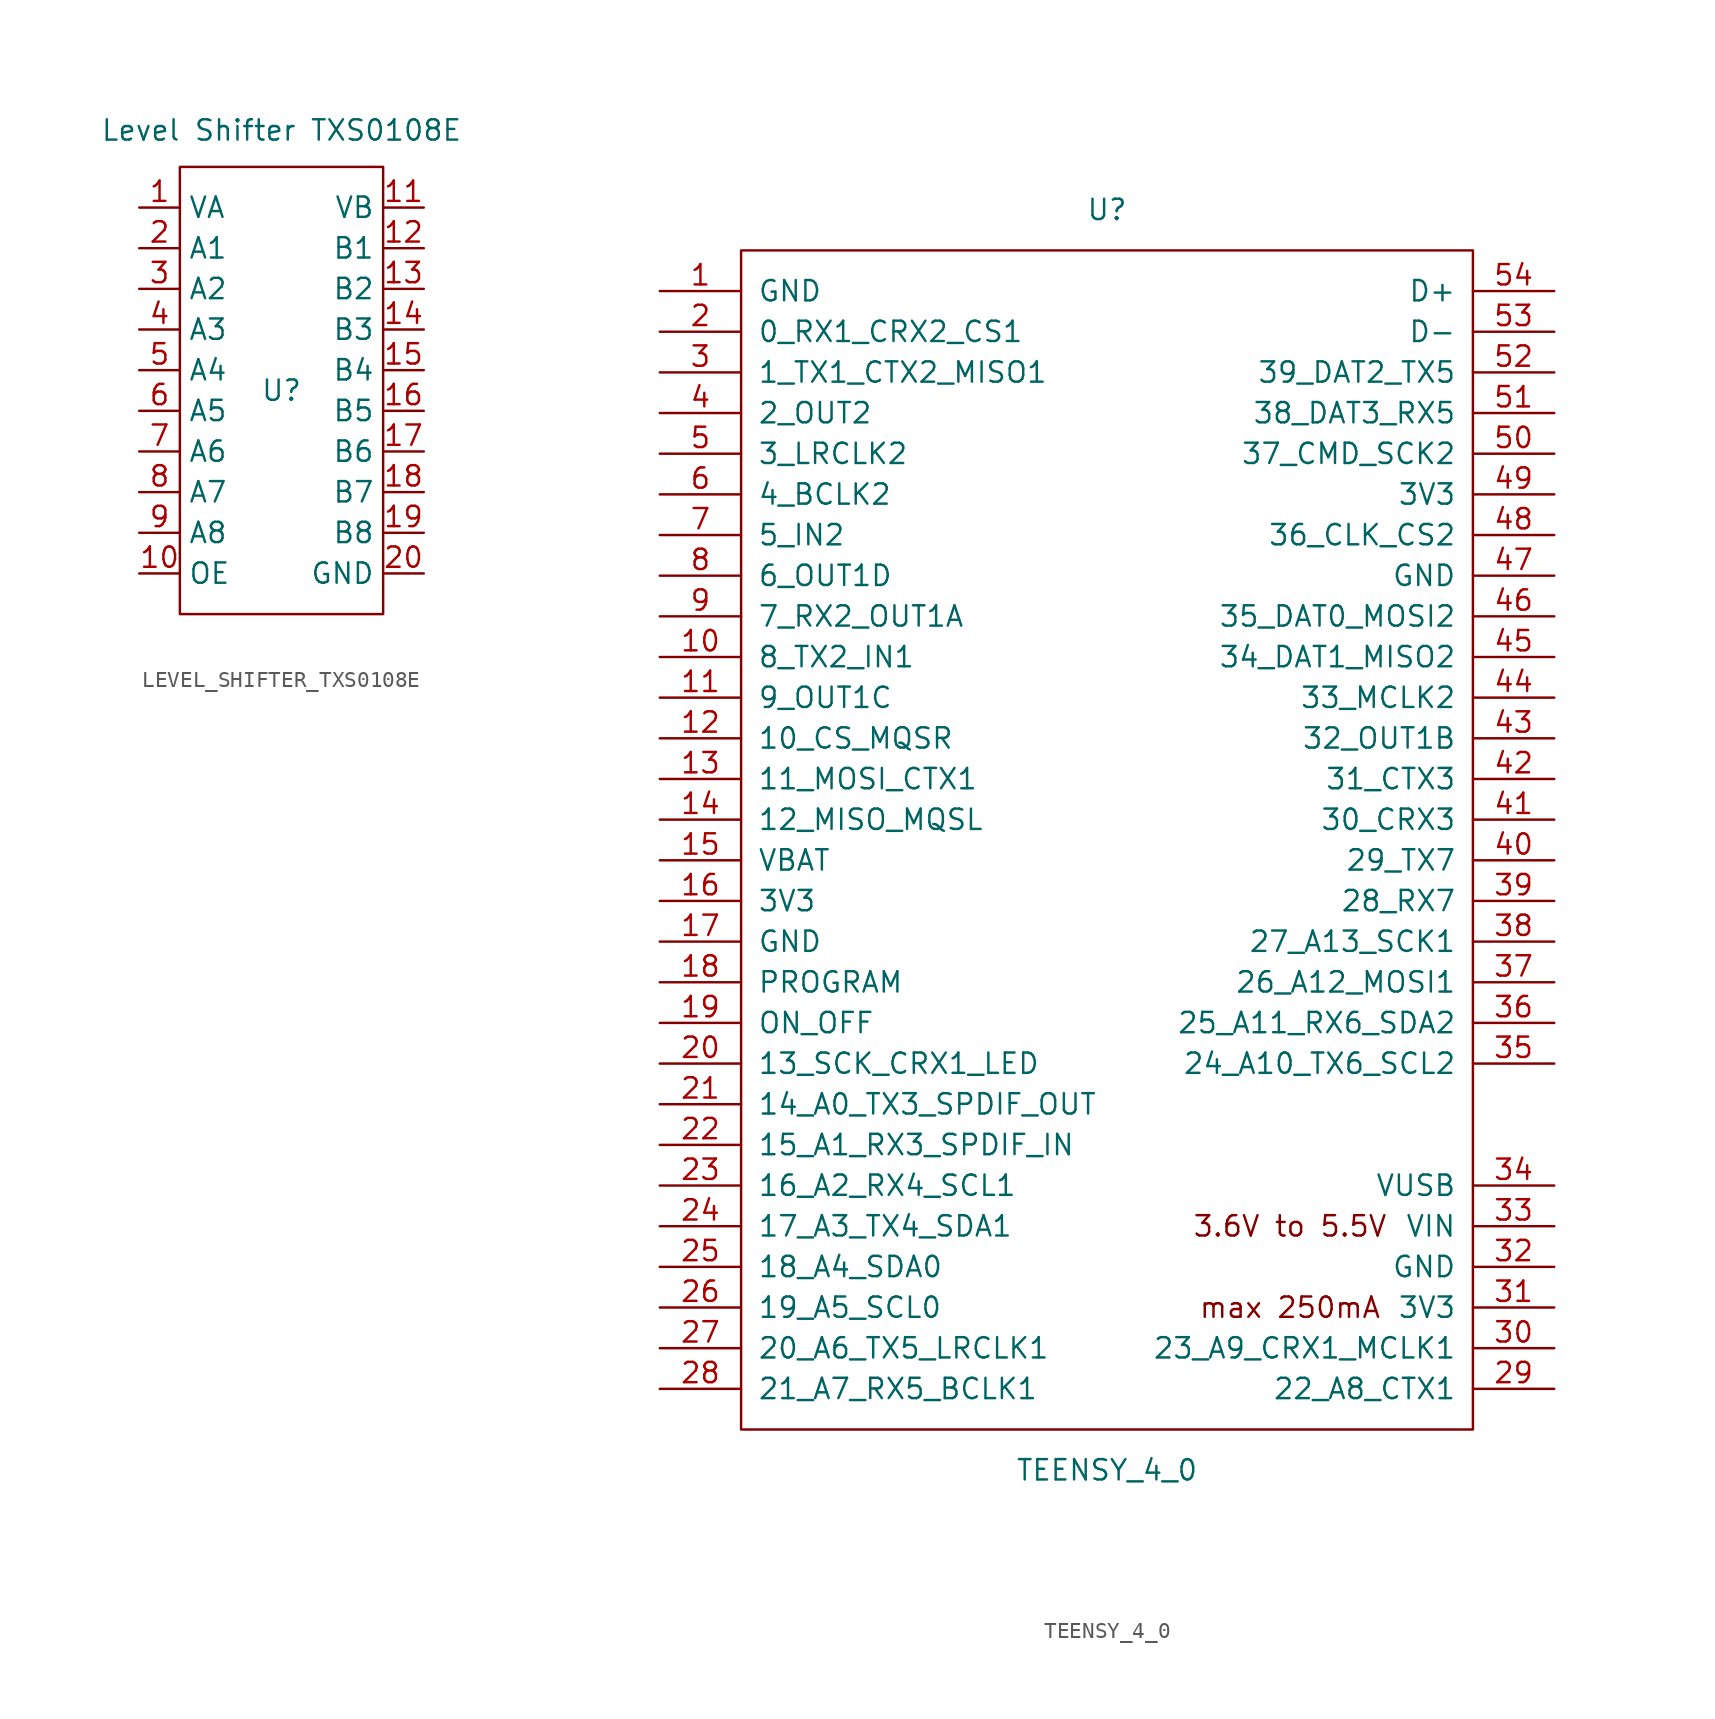
<source format=kicad_sym>
(kicad_symbol_lib
  (version 20241209)
  (generator "kicad_symbol_editor")
  (generator_version "9.0")
  (symbol "LEVEL_SHIFTER_TXS0108E"
    (property "Reference" "U"
      (at 0 0 0)
      (effects (font (size 1.27 1.27))))
    (property "Value" "Level Shifter TXS0108E"
      (at 0 16.256 0)
      (effects (font (size 1.27 1.27))))
    (symbol "LEVEL_SHIFTER_TXS0108E_0_1"
      (rectangle (start -6.35 13.97) (end 6.35 -13.97) (stroke (width 0) (type default)) (fill (type none))))
    (symbol "LEVEL_SHIFTER_TXS0108E_1_1"
      (pin power_in line (at -8.89 11.43 0) (length 2.54) (name "VA" (effects (font (size 1.27 1.27)))) (number "1" (effects (font (size 1.27 1.27)))))
      (pin bidirectional line (at -8.89 8.89 0) (length 2.54) (name "A1" (effects (font (size 1.27 1.27)))) (number "2" (effects (font (size 1.27 1.27)))))
      (pin bidirectional line (at -8.89 6.35 0) (length 2.54) (name "A2" (effects (font (size 1.27 1.27)))) (number "3" (effects (font (size 1.27 1.27)))))
      (pin bidirectional line (at -8.89 3.81 0) (length 2.54) (name "A3" (effects (font (size 1.27 1.27)))) (number "4" (effects (font (size 1.27 1.27)))))
      (pin bidirectional line (at -8.89 1.27 0) (length 2.54) (name "A4" (effects (font (size 1.27 1.27)))) (number "5" (effects (font (size 1.27 1.27)))))
      (pin bidirectional line (at -8.89 -1.27 0) (length 2.54) (name "A5" (effects (font (size 1.27 1.27)))) (number "6" (effects (font (size 1.27 1.27)))))
      (pin bidirectional line (at -8.89 -3.81 0) (length 2.54) (name "A6" (effects (font (size 1.27 1.27)))) (number "7" (effects (font (size 1.27 1.27)))))
      (pin bidirectional line (at -8.89 -6.35 0) (length 2.54) (name "A7" (effects (font (size 1.27 1.27)))) (number "8" (effects (font (size 1.27 1.27)))))
      (pin bidirectional line (at -8.89 -8.89 0) (length 2.54) (name "A8" (effects (font (size 1.27 1.27)))) (number "9" (effects (font (size 1.27 1.27)))))
      (pin input line (at -8.89 -11.43 0) (length 2.54) (name "OE" (effects (font (size 1.27 1.27)))) (number "10" (effects (font (size 1.27 1.27)))))
      (pin power_in line (at 8.89 11.43 180) (length 2.54) (name "VB" (effects (font (size 1.27 1.27)))) (number "11" (effects (font (size 1.27 1.27)))))
      (pin bidirectional line (at 8.89 8.89 180) (length 2.54) (name "B1" (effects (font (size 1.27 1.27)))) (number "12" (effects (font (size 1.27 1.27)))))
      (pin bidirectional line (at 8.89 6.35 180) (length 2.54) (name "B2" (effects (font (size 1.27 1.27)))) (number "13" (effects (font (size 1.27 1.27)))))
      (pin bidirectional line (at 8.89 3.81 180) (length 2.54) (name "B3" (effects (font (size 1.27 1.27)))) (number "14" (effects (font (size 1.27 1.27)))))
      (pin bidirectional line (at 8.89 1.27 180) (length 2.54) (name "B4" (effects (font (size 1.27 1.27)))) (number "15" (effects (font (size 1.27 1.27)))))
      (pin bidirectional line (at 8.89 -1.27 180) (length 2.54) (name "B5" (effects (font (size 1.27 1.27)))) (number "16" (effects (font (size 1.27 1.27)))))
      (pin bidirectional line (at 8.89 -3.81 180) (length 2.54) (name "B6" (effects (font (size 1.27 1.27)))) (number "17" (effects (font (size 1.27 1.27)))))
      (pin bidirectional line (at 8.89 -6.35 180) (length 2.54) (name "B7" (effects (font (size 1.27 1.27)))) (number "18" (effects (font (size 1.27 1.27)))))
      (pin bidirectional line (at 8.89 -8.89 180) (length 2.54) (name "B8" (effects (font (size 1.27 1.27)))) (number "19" (effects (font (size 1.27 1.27)))))
      (pin power_in line (at 8.89 -11.43 180) (length 2.54) (name "GND" (effects (font (size 1.27 1.27)))) (number "20" (effects (font (size 1.27 1.27)))))))
  (symbol "TEENSY_4_0"
    (pin_names
      (offset 1.016))
    (property "Reference" "U"
      (at 0 39.37 0)
      (effects (font (size 1.27 1.27))))
    (property "Value" "TEENSY_4_0"
      (at 0 -39.37 0)
      (effects (font (size 1.27 1.27))))
    (symbol "TEENSY_4_0_0_0"
      (text "3.6V to 5.5V" (at 11.43 -24.13 0) (effects (font (size 1.27 1.27))))
      (text "max 250mA" (at 11.43 -29.21 0) (effects (font (size 1.27 1.27))))
      (pin bidirectional line (at -27.94 24.13 0) (length 5.08) (name "3_LRCLK2" (effects (font (size 1.27 1.27)))) (number "5" (effects (font (size 1.27 1.27)))))
      (pin bidirectional line (at -27.94 21.59 0) (length 5.08) (name "4_BCLK2" (effects (font (size 1.27 1.27)))) (number "6" (effects (font (size 1.27 1.27)))))
      (pin bidirectional line (at -27.94 19.05 0) (length 5.08) (name "5_IN2" (effects (font (size 1.27 1.27)))) (number "7" (effects (font (size 1.27 1.27)))))
      (pin bidirectional line (at -27.94 16.51 0) (length 5.08) (name "6_OUT1D" (effects (font (size 1.27 1.27)))) (number "8" (effects (font (size 1.27 1.27)))))
      (pin bidirectional line (at -27.94 13.97 0) (length 5.08) (name "7_RX2_OUT1A" (effects (font (size 1.27 1.27)))) (number "9" (effects (font (size 1.27 1.27)))))
      (pin bidirectional line (at -27.94 11.43 0) (length 5.08) (name "8_TX2_IN1" (effects (font (size 1.27 1.27)))) (number "10" (effects (font (size 1.27 1.27)))))
      (pin bidirectional line (at -27.94 8.89 0) (length 5.08) (name "9_OUT1C" (effects (font (size 1.27 1.27)))) (number "11" (effects (font (size 1.27 1.27)))))
      (pin bidirectional line (at -27.94 6.35 0) (length 5.08) (name "10_CS_MQSR" (effects (font (size 1.27 1.27)))) (number "12" (effects (font (size 1.27 1.27)))))
      (pin bidirectional line (at -27.94 3.81 0) (length 5.08) (name "11_MOSI_CTX1" (effects (font (size 1.27 1.27)))) (number "13" (effects (font (size 1.27 1.27)))))
      (pin bidirectional line (at -27.94 1.27 0) (length 5.08) (name "12_MISO_MQSL" (effects (font (size 1.27 1.27)))) (number "14" (effects (font (size 1.27 1.27)))))
      (pin power_in line (at -27.94 -1.27 0) (length 5.08) (name "VBAT" (effects (font (size 1.27 1.27)))) (number "15" (effects (font (size 1.27 1.27)))))
      (pin power_in line (at -27.94 -3.81 0) (length 5.08) (name "3V3" (effects (font (size 1.27 1.27)))) (number "16" (effects (font (size 1.27 1.27)))))
      (pin power_in line (at -27.94 -6.35 0) (length 5.08) (name "GND" (effects (font (size 1.27 1.27)))) (number "17" (effects (font (size 1.27 1.27)))))
      (pin input line (at -27.94 -8.89 0) (length 5.08) (name "PROGRAM" (effects (font (size 1.27 1.27)))) (number "18" (effects (font (size 1.27 1.27)))))
      (pin input line (at -27.94 -11.43 0) (length 5.08) (name "ON_OFF" (effects (font (size 1.27 1.27)))) (number "19" (effects (font (size 1.27 1.27)))))
      (pin bidirectional line (at -27.94 -13.97 0) (length 5.08) (name "13_SCK_CRX1_LED" (effects (font (size 1.27 1.27)))) (number "20" (effects (font (size 1.27 1.27)))))
      (pin bidirectional line (at -27.94 -16.51 0) (length 5.08) (name "14_A0_TX3_SPDIF_OUT" (effects (font (size 1.27 1.27)))) (number "21" (effects (font (size 1.27 1.27)))))
      (pin bidirectional line (at -27.94 -19.05 0) (length 5.08) (name "15_A1_RX3_SPDIF_IN" (effects (font (size 1.27 1.27)))) (number "22" (effects (font (size 1.27 1.27)))))
      (pin bidirectional line (at -27.94 -21.59 0) (length 5.08) (name "16_A2_RX4_SCL1" (effects (font (size 1.27 1.27)))) (number "23" (effects (font (size 1.27 1.27)))))
      (pin bidirectional line (at -27.94 -24.13 0) (length 5.08) (name "17_A3_TX4_SDA1" (effects (font (size 1.27 1.27)))) (number "24" (effects (font (size 1.27 1.27)))))
      (pin bidirectional line (at -27.94 -26.67 0) (length 5.08) (name "18_A4_SDA0" (effects (font (size 1.27 1.27)))) (number "25" (effects (font (size 1.27 1.27)))))
      (pin bidirectional line (at -27.94 -29.21 0) (length 5.08) (name "19_A5_SCL0" (effects (font (size 1.27 1.27)))) (number "26" (effects (font (size 1.27 1.27)))))
      (pin bidirectional line (at -27.94 -31.75 0) (length 5.08) (name "20_A6_TX5_LRCLK1" (effects (font (size 1.27 1.27)))) (number "27" (effects (font (size 1.27 1.27)))))
      (pin bidirectional line (at -27.94 -34.29 0) (length 5.08) (name "21_A7_RX5_BCLK1" (effects (font (size 1.27 1.27)))) (number "28" (effects (font (size 1.27 1.27)))))
      (pin bidirectional line (at 27.94 34.29 180) (length 5.08) (name "D+" (effects (font (size 1.27 1.27)))) (number "54" (effects (font (size 1.27 1.27)))))
      (pin bidirectional line (at 27.94 31.75 180) (length 5.08) (name "D-" (effects (font (size 1.27 1.27)))) (number "53" (effects (font (size 1.27 1.27)))))
      (pin bidirectional line (at 27.94 29.21 180) (length 5.08) (name "39_DAT2_TX5" (effects (font (size 1.27 1.27)))) (number "52" (effects (font (size 1.27 1.27)))))
      (pin bidirectional line (at 27.94 26.67 180) (length 5.08) (name "38_DAT3_RX5" (effects (font (size 1.27 1.27)))) (number "51" (effects (font (size 1.27 1.27)))))
      (pin bidirectional line (at 27.94 24.13 180) (length 5.08) (name "37_CMD_SCK2" (effects (font (size 1.27 1.27)))) (number "50" (effects (font (size 1.27 1.27)))))
      (pin power_out line (at 27.94 21.59 180) (length 5.08) (name "3V3" (effects (font (size 1.27 1.27)))) (number "49" (effects (font (size 1.27 1.27)))))
      (pin bidirectional line (at 27.94 19.05 180) (length 5.08) (name "36_CLK_CS2" (effects (font (size 1.27 1.27)))) (number "48" (effects (font (size 1.27 1.27)))))
      (pin power_out line (at 27.94 16.51 180) (length 5.08) (name "GND" (effects (font (size 1.27 1.27)))) (number "47" (effects (font (size 1.27 1.27)))))
      (pin bidirectional line (at 27.94 13.97 180) (length 5.08) (name "35_DAT0_MOSI2" (effects (font (size 1.27 1.27)))) (number "46" (effects (font (size 1.27 1.27)))))
      (pin bidirectional line (at 27.94 11.43 180) (length 5.08) (name "34_DAT1_MISO2" (effects (font (size 1.27 1.27)))) (number "45" (effects (font (size 1.27 1.27)))))
      (pin bidirectional line (at 27.94 8.89 180) (length 5.08) (name "33_MCLK2" (effects (font (size 1.27 1.27)))) (number "44" (effects (font (size 1.27 1.27)))))
      (pin bidirectional line (at 27.94 6.35 180) (length 5.08) (name "32_OUT1B" (effects (font (size 1.27 1.27)))) (number "43" (effects (font (size 1.27 1.27)))))
      (pin bidirectional line (at 27.94 3.81 180) (length 5.08) (name "31_CTX3" (effects (font (size 1.27 1.27)))) (number "42" (effects (font (size 1.27 1.27)))))
      (pin bidirectional line (at 27.94 1.27 180) (length 5.08) (name "30_CRX3" (effects (font (size 1.27 1.27)))) (number "41" (effects (font (size 1.27 1.27)))))
      (pin bidirectional line (at 27.94 -1.27 180) (length 5.08) (name "29_TX7" (effects (font (size 1.27 1.27)))) (number "40" (effects (font (size 1.27 1.27)))))
      (pin bidirectional line (at 27.94 -3.81 180) (length 5.08) (name "28_RX7" (effects (font (size 1.27 1.27)))) (number "39" (effects (font (size 1.27 1.27)))))
      (pin bidirectional line (at 27.94 -6.35 180) (length 5.08) (name "27_A13_SCK1" (effects (font (size 1.27 1.27)))) (number "38" (effects (font (size 1.27 1.27)))))
      (pin bidirectional line (at 27.94 -8.89 180) (length 5.08) (name "26_A12_MOSI1" (effects (font (size 1.27 1.27)))) (number "37" (effects (font (size 1.27 1.27)))))
      (pin bidirectional line (at 27.94 -11.43 180) (length 5.08) (name "25_A11_RX6_SDA2" (effects (font (size 1.27 1.27)))) (number "36" (effects (font (size 1.27 1.27)))))
      (pin bidirectional line (at 27.94 -13.97 180) (length 5.08) (name "24_A10_TX6_SCL2" (effects (font (size 1.27 1.27)))) (number "35" (effects (font (size 1.27 1.27)))))
      (pin power_out line (at 27.94 -21.59 180) (length 5.08) (name "VUSB" (effects (font (size 1.27 1.27)))) (number "34" (effects (font (size 1.27 1.27)))))
      (pin power_in line (at 27.94 -24.13 180) (length 5.08) (name "VIN" (effects (font (size 1.27 1.27)))) (number "33" (effects (font (size 1.27 1.27)))))
      (pin power_in line (at 27.94 -26.67 180) (length 5.08) (name "GND" (effects (font (size 1.27 1.27)))) (number "32" (effects (font (size 1.27 1.27)))))
      (pin power_out line (at 27.94 -29.21 180) (length 5.08) (name "3V3" (effects (font (size 1.27 1.27)))) (number "31" (effects (font (size 1.27 1.27)))))
      (pin bidirectional line (at 27.94 -31.75 180) (length 5.08) (name "23_A9_CRX1_MCLK1" (effects (font (size 1.27 1.27)))) (number "30" (effects (font (size 1.27 1.27)))))
      (pin bidirectional line (at 27.94 -34.29 180) (length 5.08) (name "22_A8_CTX1" (effects (font (size 1.27 1.27)))) (number "29" (effects (font (size 1.27 1.27))))))
    (symbol "TEENSY_4_0_0_1"
      (rectangle (start -22.86 36.83) (end 22.86 -36.83) (stroke (width 0) (type solid)) (fill (type none)))
      (rectangle (start -20.32 -31.75) (end -20.32 -31.75) (stroke (width 0) (type solid)) (fill (type none))))
    (symbol "TEENSY_4_0_1_1"
      (pin power_in line (at -27.94 34.29 0) (length 5.08) (name "GND" (effects (font (size 1.27 1.27)))) (number "1" (effects (font (size 1.27 1.27)))))
      (pin bidirectional line (at -27.94 31.75 0) (length 5.08) (name "0_RX1_CRX2_CS1" (effects (font (size 1.27 1.27)))) (number "2" (effects (font (size 1.27 1.27)))))
      (pin bidirectional line (at -27.94 29.21 0) (length 5.08) (name "1_TX1_CTX2_MISO1" (effects (font (size 1.27 1.27)))) (number "3" (effects (font (size 1.27 1.27)))))
      (pin bidirectional line (at -27.94 26.67 0) (length 5.08) (name "2_OUT2" (effects (font (size 1.27 1.27)))) (number "4" (effects (font (size 1.27 1.27))))))))
</source>
